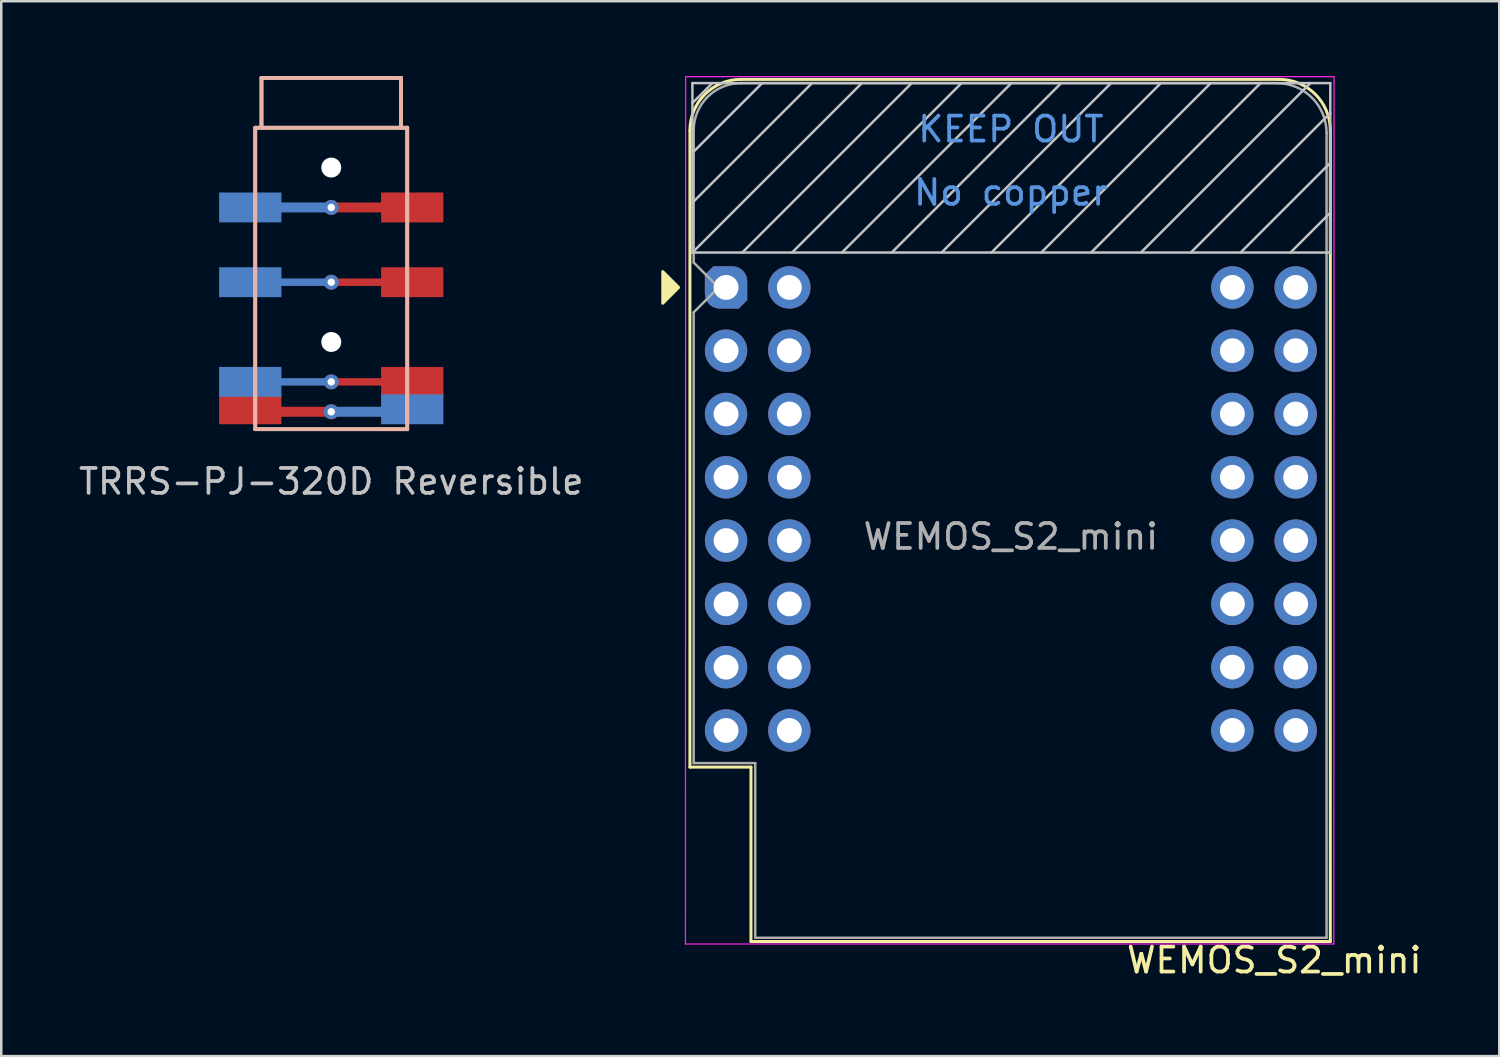
<source format=kicad_pcb>
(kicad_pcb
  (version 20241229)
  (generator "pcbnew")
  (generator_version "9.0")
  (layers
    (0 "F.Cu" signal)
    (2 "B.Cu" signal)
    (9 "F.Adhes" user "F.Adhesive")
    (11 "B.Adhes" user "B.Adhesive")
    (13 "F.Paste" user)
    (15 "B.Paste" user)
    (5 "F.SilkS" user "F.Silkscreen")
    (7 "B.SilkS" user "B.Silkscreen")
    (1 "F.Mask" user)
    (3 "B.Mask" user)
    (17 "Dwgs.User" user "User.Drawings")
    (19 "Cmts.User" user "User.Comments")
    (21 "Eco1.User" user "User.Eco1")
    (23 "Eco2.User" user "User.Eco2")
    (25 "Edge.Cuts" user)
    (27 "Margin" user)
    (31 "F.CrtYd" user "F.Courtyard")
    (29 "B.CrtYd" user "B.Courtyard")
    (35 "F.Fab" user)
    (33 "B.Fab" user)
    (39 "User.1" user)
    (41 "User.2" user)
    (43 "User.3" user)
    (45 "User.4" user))
  (footprint "TRRS-PJ-320D Reversible"
    (layer "F.Cu")
    (at 10.244 2.075)
    (property "Reference" "TRRS-PJ-320D Reversible" (at 0 14.2 0) (layer "Dwgs.User") (effects (font (size 1 1) (thickness 0.15))))
    (attr through_hole)
    (fp_line (start -3.05 0) (end -3.05 12.1) (stroke (width 0.15) (type solid)) (layer "F.SilkS"))
    (fp_line (start -2.8 0) (end -2.8 -2) (stroke (width 0.15) (type solid)) (layer "F.SilkS"))
    (fp_line (start 2.8 -2) (end -2.8 -2) (stroke (width 0.15) (type solid)) (layer "F.SilkS"))
    (fp_line (start 2.8 0) (end 2.8 -2) (stroke (width 0.15) (type solid)) (layer "F.SilkS"))
    (fp_line (start 3.05 0) (end -3.05 0) (stroke (width 0.15) (type solid)) (layer "F.SilkS"))
    (fp_line (start 3.05 0) (end 3.05 12.1) (stroke (width 0.15) (type solid)) (layer "F.SilkS"))
    (fp_line (start 3.05 12.1) (end -3.05 12.1) (stroke (width 0.15) (type solid)) (layer "F.SilkS"))
    (fp_line (start -3.05 12.1) (end -3.05 0) (stroke (width 0.15) (type solid)) (layer "B.SilkS"))
    (fp_line (start -2.8 -2) (end -2.8 0) (stroke (width 0.15) (type solid)) (layer "B.SilkS"))
    (fp_line (start 2.8 -2) (end -2.8 -2) (stroke (width 0.15) (type solid)) (layer "B.SilkS"))
    (fp_line (start 2.8 -2) (end 2.8 0) (stroke (width 0.15) (type solid)) (layer "B.SilkS"))
    (fp_line (start 3.05 0) (end -3.05 0) (stroke (width 0.15) (type solid)) (layer "B.SilkS"))
    (fp_line (start 3.05 12.1) (end -3.05 12.1) (stroke (width 0.15) (type solid)) (layer "B.SilkS"))
    (fp_line (start 3.05 12.1) (end 3.05 0) (stroke (width 0.15) (type solid)) (layer "B.SilkS"))
    (pad "" np_thru_hole circle (at 0 1.6) (size 0.8 0.8) (drill 0.8) (layers "*.Cu" "*.Mask"))
    (pad "" np_thru_hole circle (at 0 8.6) (size 0.8 0.8) (drill 0.8) (layers "*.Cu" "*.Mask"))
    (pad "1" smd rect (at -3.25 3.2) (size 2.5 1.2) (layers "B.Cu" "B.Mask" "B.Paste"))
    (pad "1" smd rect (at -1.2 3.2) (size 2.35 0.4) (layers "B.Cu" "B.Mask" "B.Paste"))
    (pad "1" thru_hole circle (at 0 3.2) (size 0.6 0.6) (drill 0.3) (layers "*.Cu" "*.Mask"))
    (pad "1" smd rect (at 1.2 3.2) (size 2.45 0.4) (layers "F.Cu" "F.Mask" "F.Paste"))
    (pad "1" smd rect (at 3.25 3.2) (size 2.5 1.2) (layers "F.Cu" "F.Mask" "F.Paste"))
    (pad "2" smd rect (at -3.25 6.2) (size 2.5 1.2) (layers "B.Cu" "B.Mask" "B.Paste"))
    (pad "2" smd rect (at -1.2 6.2) (size 2.35 0.3) (layers "B.Cu" "B.Mask" "B.Paste"))
    (pad "2" thru_hole circle (at 0 6.2) (size 0.6 0.6) (drill 0.3) (layers "*.Cu" "*.Mask"))
    (pad "2" smd rect (at 1.2 6.2) (size 2.45 0.3) (layers "F.Cu" "F.Mask" "F.Paste"))
    (pad "2" smd rect (at 3.25 6.2) (size 2.5 1.2) (layers "F.Cu" "F.Mask" "F.Paste"))
    (pad "3" smd rect (at -3.25 10.2) (size 2.5 1.2) (layers "B.Cu" "B.Mask" "B.Paste"))
    (pad "3" smd rect (at -1.2 10.2) (size 2.35 0.3) (layers "B.Cu" "B.Mask" "B.Paste"))
    (pad "3" thru_hole circle (at 0 10.2) (size 0.6 0.6) (drill 0.3) (layers "*.Cu" "*.Mask"))
    (pad "3" smd rect (at 1.2 10.2) (size 2.45 0.3) (layers "F.Cu" "F.Mask" "F.Paste"))
    (pad "3" smd rect (at 3.25 10.2) (size 2.5 1.2) (layers "F.Cu" "F.Mask" "F.Paste"))
    (pad "4" smd rect (at -3.25 11.3) (size 2.5 1.2) (layers "F.Cu" "F.Mask" "F.Paste"))
    (pad "4" smd rect (at -1.2 11.4) (size 2.35 0.4) (layers "F.Cu" "F.Mask" "F.Paste"))
    (pad "4" thru_hole circle (at 0 11.4) (size 0.6 0.6) (drill 0.3) (layers "*.Cu" "*.Mask"))
    (pad "4" smd rect (at 1.2 11.4) (size 2.45 0.4) (layers "B.Cu" "B.Mask" "B.Paste"))
    (pad "4" smd rect (at 3.25 11.3) (size 2.5 1.2) (layers "B.Cu" "B.Mask" "B.Paste")))
  (footprint "WEMOS_S2_mini"
    (layer "F.Cu")
    (at 26.088 8.485)
    (property "Reference" "WEMOS_S2_mini" (at 22 27 0) (layer "F.SilkS") (effects (font (size 1 1) (thickness 0.15))))
    (attr through_hole)
    (fp_line (start -1.45 19.25) (end -1.45 -6.3) (stroke (width 0.12) (type solid)) (layer "F.SilkS"))
    (fp_line (start -1.45 19.25) (end 1 19.25) (stroke (width 0.12) (type solid)) (layer "F.SilkS"))
    (fp_line (start 1 19.25) (end 1 26.25) (stroke (width 0.12) (type solid)) (layer "F.SilkS"))
    (fp_line (start 1 26.25) (end 24.25 26.25) (stroke (width 0.12) (type solid)) (layer "F.SilkS"))
    (fp_line (start 22.2 -8.35) (end 0.6 -8.35) (stroke (width 0.12) (type solid)) (layer "F.SilkS"))
    (fp_line (start 24.25 26.25) (end 24.25 -6.3) (stroke (width 0.12) (type solid)) (layer "F.SilkS"))
    (fp_arc (start -1.45 -6.3) (mid -0.849569 -7.749569) (end 0.6 -8.35) (stroke (width 0.12) (type solid)) (layer "F.SilkS"))
    (fp_arc (start 22.2 -8.35) (mid 23.649569 -7.749569) (end 24.25 -6.3) (stroke (width 0.12) (type solid)) (layer "F.SilkS"))
    (fp_poly (pts (xy -2.54 -0.635) (xy -2.54 0.635) (xy -1.905 0)) (stroke (width 0.12) (type solid)) (fill yes) (layer "F.SilkS"))
    (fp_line (start -1.35 -8.2) (end -1.35 -1.4) (stroke (width 0.1) (type solid)) (layer "Dwgs.User"))
    (fp_line (start -1.35 -7.4) (end -0.55 -8.2) (stroke (width 0.1) (type solid)) (layer "Dwgs.User"))
    (fp_line (start -1.35 -3.4) (end 3.45 -8.2) (stroke (width 0.1) (type solid)) (layer "Dwgs.User"))
    (fp_line (start -1.35 -1.4) (end 5.45 -8.2) (stroke (width 0.1) (type solid)) (layer "Dwgs.User"))
    (fp_line (start -1.35 -1.4) (end 24.25 -1.4) (stroke (width 0.1) (type solid)) (layer "Dwgs.User"))
    (fp_line (start -1.3 -5.45) (end 1.45 -8.2) (stroke (width 0.1) (type solid)) (layer "Dwgs.User"))
    (fp_line (start 0.65 -1.4) (end 7.45 -8.2) (stroke (width 0.1) (type solid)) (layer "Dwgs.User"))
    (fp_line (start 2.65 -1.4) (end 9.45 -8.2) (stroke (width 0.1) (type solid)) (layer "Dwgs.User"))
    (fp_line (start 4.65 -1.4) (end 11.45 -8.2) (stroke (width 0.1) (type solid)) (layer "Dwgs.User"))
    (fp_line (start 6.65 -1.4) (end 13.45 -8.2) (stroke (width 0.1) (type solid)) (layer "Dwgs.User"))
    (fp_line (start 8.65 -1.4) (end 15.45 -8.2) (stroke (width 0.1) (type solid)) (layer "Dwgs.User"))
    (fp_line (start 10.65 -1.4) (end 17.45 -8.2) (stroke (width 0.1) (type solid)) (layer "Dwgs.User"))
    (fp_line (start 12.65 -1.4) (end 19.45 -8.2) (stroke (width 0.1) (type solid)) (layer "Dwgs.User"))
    (fp_line (start 14.65 -1.4) (end 21.45 -8.2) (stroke (width 0.1) (type solid)) (layer "Dwgs.User"))
    (fp_line (start 16.65 -1.4) (end 23.45 -8.2) (stroke (width 0.1) (type solid)) (layer "Dwgs.User"))
    (fp_line (start 18.65 -1.4) (end 24.25 -7) (stroke (width 0.1) (type solid)) (layer "Dwgs.User"))
    (fp_line (start 20.65 -1.4) (end 24.25 -5) (stroke (width 0.1) (type solid)) (layer "Dwgs.User"))
    (fp_line (start 22.65 -1.4) (end 24.25 -3) (stroke (width 0.1) (type solid)) (layer "Dwgs.User"))
    (fp_line (start 24.25 -8.2) (end -1.35 -8.2) (stroke (width 0.1) (type solid)) (layer "Dwgs.User"))
    (fp_line (start 24.25 -1.4) (end 24.25 -8.2) (stroke (width 0.1) (type solid)) (layer "Dwgs.User"))
    (fp_line (start -1.63 26.35) (end -1.62 -8.46) (stroke (width 0.05) (type solid)) (layer "F.CrtYd"))
    (fp_line (start -1.62 -8.46) (end 24.4 -8.46) (stroke (width 0.05) (type solid)) (layer "F.CrtYd"))
    (fp_line (start 24.39 26.35) (end -1.63 26.35) (stroke (width 0.05) (type solid)) (layer "F.CrtYd"))
    (fp_line (start 24.4 -8.46) (end 24.39 26.35) (stroke (width 0.05) (type solid)) (layer "F.CrtYd"))
    (fp_line (start -1.3 -6.3) (end -1.3 -1) (stroke (width 0.1) (type solid)) (layer "F.Fab"))
    (fp_line (start -1.3 1) (end -1.3 19.09) (stroke (width 0.1) (type solid)) (layer "F.Fab"))
    (fp_line (start -1.3 1) (end -0.3 0) (stroke (width 0.1) (type solid)) (layer "F.Fab"))
    (fp_line (start -1.3 19.09) (end 1.17 19.09) (stroke (width 0.1) (type solid)) (layer "F.Fab"))
    (fp_line (start -0.3 0) (end -1.3 -1) (stroke (width 0.1) (type solid)) (layer "F.Fab"))
    (fp_line (start 1.17 19.09) (end 1.17 26.1) (stroke (width 0.1) (type solid)) (layer "F.Fab"))
    (fp_line (start 1.17 26.1) (end 24.1 26.1) (stroke (width 0.1) (type solid)) (layer "F.Fab"))
    (fp_line (start 22.1 -8.2) (end 0.6 -8.2) (stroke (width 0.1) (type solid)) (layer "F.Fab"))
    (fp_line (start 24.1 26.1) (end 24.1 -6.2) (stroke (width 0.1) (type solid)) (layer "F.Fab"))
    (fp_arc (start -1.3 -6.3) (mid -0.743503 -7.643503) (end 0.6 -8.2) (stroke (width 0.1) (type solid)) (layer "F.Fab"))
    (fp_arc (start 22.1 -8.2) (mid 23.514214 -7.614214) (end 24.1 -6.2) (stroke (width 0.1) (type solid)) (layer "F.Fab"))
    (fp_text user "KEEP OUT" (at 11.43 -6.35 0) (layer "Cmts.User") (effects (font (size 1 1) (thickness 0.15))))
    (fp_text user "No copper" (at 11.43 -3.81 0) (layer "Cmts.User") (effects (font (size 1 1) (thickness 0.15))))
    (fp_text user "${REFERENCE}" (at 11.43 10 0) (layer "F.Fab") (effects (font (size 1 1) (thickness 0.15))))
    (pad "1" thru_hole circle (at 2.54 0) (size 1.7 1.7) (drill 1) (layers "*.Cu" "*.Mask"))
    (pad "2" thru_hole circle (at 2.54 2.54) (size 1.7 1.7) (drill 1) (layers "*.Cu" "*.Mask"))
    (pad "3" thru_hole circle (at 0 2.54) (size 1.7 1.7) (drill 1) (layers "*.Cu" "*.Mask"))
    (pad "3V3" thru_hole circle (at 0 17.78) (size 1.7 1.7) (drill 1) (layers "*.Cu" "*.Mask"))
    (pad "4" thru_hole circle (at 2.54 5.08) (size 1.7 1.7) (drill 1) (layers "*.Cu" "*.Mask"))
    (pad "5" thru_hole circle (at 0 5.08) (size 1.7 1.7) (drill 1) (layers "*.Cu" "*.Mask"))
    (pad "6" thru_hole circle (at 2.54 7.62) (size 1.7 1.7) (drill 1) (layers "*.Cu" "*.Mask"))
    (pad "7" thru_hole circle (at 0 7.62) (size 1.7 1.7) (drill 1) (layers "*.Cu" "*.Mask"))
    (pad "8" thru_hole circle (at 2.54 10.16) (size 1.7 1.7) (drill 1) (layers "*.Cu" "*.Mask"))
    (pad "9" thru_hole circle (at 0 10.16) (size 1.7 1.7) (drill 1) (layers "*.Cu" "*.Mask"))
    (pad "10" thru_hole circle (at 2.54 12.7) (size 1.7 1.7) (drill 1) (layers "*.Cu" "*.Mask"))
    (pad "11" thru_hole circle (at 0 12.7) (size 1.7 1.7) (drill 1) (layers "*.Cu" "*.Mask"))
    (pad "12" thru_hole circle (at 0 15.24) (size 1.7 1.7) (drill 1) (layers "*.Cu" "*.Mask"))
    (pad "13" thru_hole circle (at 2.54 15.24) (size 1.7 1.7) (drill 1) (layers "*.Cu" "*.Mask"))
    (pad "14" thru_hole circle (at 2.54 17.78) (size 1.7 1.7) (drill 1) (layers "*.Cu" "*.Mask"))
    (pad "15" thru_hole circle (at 20.32 17.78) (size 1.7 1.7) (drill 1) (layers "*.Cu" "*.Mask"))
    (pad "16" thru_hole circle (at 22.86 12.7) (size 1.7 1.7) (drill 1) (layers "*.Cu" "*.Mask"))
    (pad "17" thru_hole circle (at 20.32 12.7) (size 1.7 1.7) (drill 1) (layers "*.Cu" "*.Mask"))
    (pad "18" thru_hole circle (at 22.86 10.16) (size 1.7 1.7) (drill 1) (layers "*.Cu" "*.Mask"))
    (pad "21" thru_hole circle (at 20.32 10.16) (size 1.7 1.7) (drill 1) (layers "*.Cu" "*.Mask"))
    (pad "33" thru_hole circle (at 22.86 7.62) (size 1.7 1.7) (drill 1) (layers "*.Cu" "*.Mask"))
    (pad "34" thru_hole circle (at 20.32 7.62) (size 1.7 1.7) (drill 1) (layers "*.Cu" "*.Mask"))
    (pad "35" thru_hole circle (at 22.86 5.08) (size 1.7 1.7) (drill 1) (layers "*.Cu" "*.Mask"))
    (pad "36" thru_hole circle (at 20.32 5.08) (size 1.7 1.7) (drill 1) (layers "*.Cu" "*.Mask"))
    (pad "37" thru_hole circle (at 22.86 2.54) (size 1.7 1.7) (drill 1) (layers "*.Cu" "*.Mask"))
    (pad "38" thru_hole circle (at 20.32 2.54) (size 1.7 1.7) (drill 1) (layers "*.Cu" "*.Mask"))
    (pad "39" thru_hole circle (at 22.86 0) (size 1.7 1.7) (drill 1) (layers "*.Cu" "*.Mask"))
    (pad "40" thru_hole circle (at 20.32 0) (size 1.7 1.7) (drill 1) (layers "*.Cu" "*.Mask"))
    (pad "EN" thru_hole roundrect (at 0 0) (size 1.7 1.7) (drill 1) (layers "*.Cu" "*.Mask") (roundrect_rratio 0.35) (chamfer_ratio 0.2) (chamfer top_left bottom_right))
    (pad "GND" thru_hole circle (at 20.32 15.24) (size 1.7 1.7) (drill 1) (layers "*.Cu" "*.Mask"))
    (pad "GND" thru_hole circle (at 22.86 15.24) (size 1.7 1.7) (drill 1) (layers "*.Cu" "*.Mask"))
    (pad "VBUS" thru_hole circle (at 22.86 17.78) (size 1.7 1.7) (drill 1) (layers "*.Cu" "*.Mask")))
  (gr_rect
    (start -3 -3)
    (end 57.118 39.333)
    (stroke (width 0.1) (type default))
    (fill no)
    (layer "Edge.Cuts")))
</source>
